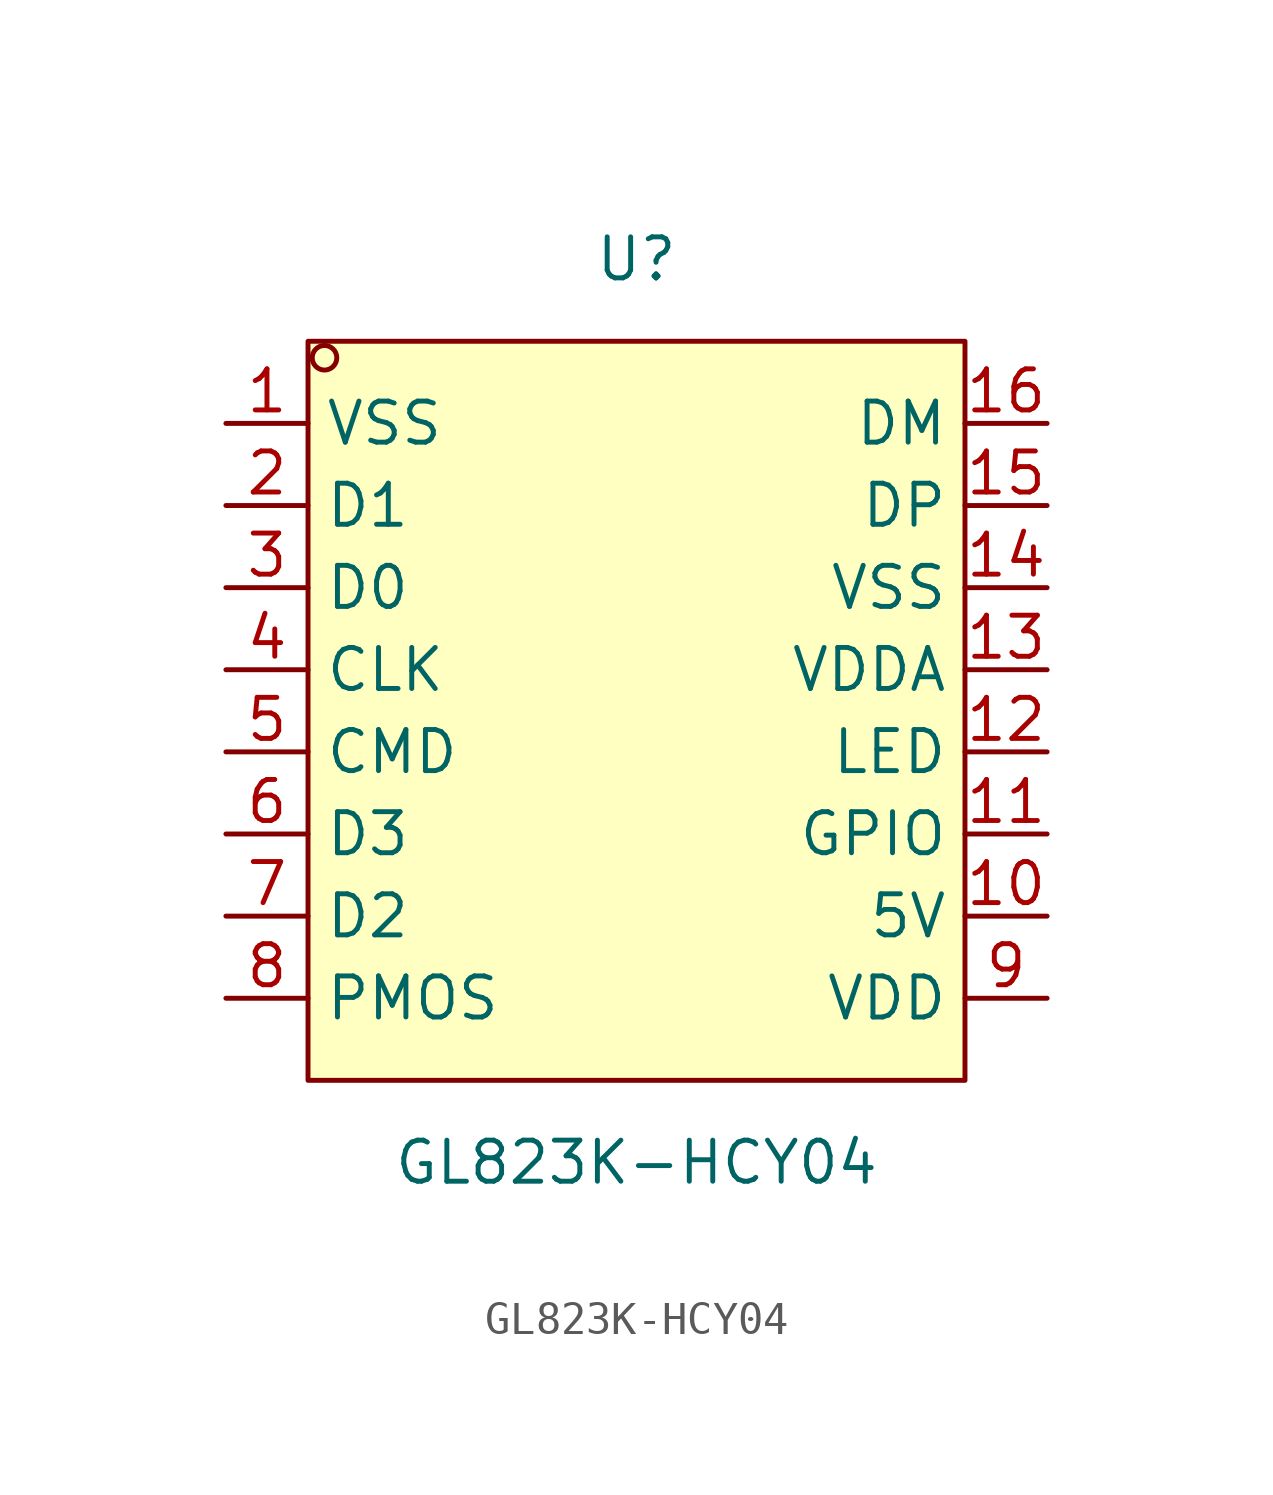
<source format=kicad_sym>
(kicad_symbol_lib
  (version 20231120)
  (generator "kicad_symbol_editor")
  (generator_version "8.0")
  (symbol "GL823K-HCY04"
    (property "Reference" "U"
      (at 0 13.97 0)
      (effects (font (size 1.27 1.27))))
    (property "Value" "GL823K-HCY04"
      (at 0 -13.97 0)
      (effects (font (size 1.27 1.27))))
    (symbol "GL823K-HCY04_0_1"
      (rectangle (start -10.16 11.43) (end 10.16 -11.43) (stroke (width 0) (type default)) (fill (type background)))
      (circle (center -9.65 10.92) (radius 0.38) (stroke (width 0) (type default)) (fill (type none)))
      (pin unspecified line (at -12.7 8.89 0) (length 2.54) (name "VSS" (effects (font (size 1.27 1.27)))) (number "1" (effects (font (size 1.27 1.27)))))
      (pin unspecified line (at 12.7 -6.35 180) (length 2.54) (name "5V" (effects (font (size 1.27 1.27)))) (number "10" (effects (font (size 1.27 1.27)))))
      (pin unspecified line (at 12.7 -3.81 180) (length 2.54) (name "GPIO" (effects (font (size 1.27 1.27)))) (number "11" (effects (font (size 1.27 1.27)))))
      (pin unspecified line (at 12.7 -1.27 180) (length 2.54) (name "LED" (effects (font (size 1.27 1.27)))) (number "12" (effects (font (size 1.27 1.27)))))
      (pin unspecified line (at 12.7 1.27 180) (length 2.54) (name "VDDA" (effects (font (size 1.27 1.27)))) (number "13" (effects (font (size 1.27 1.27)))))
      (pin unspecified line (at 12.7 3.81 180) (length 2.54) (name "VSS" (effects (font (size 1.27 1.27)))) (number "14" (effects (font (size 1.27 1.27)))))
      (pin unspecified line (at 12.7 6.35 180) (length 2.54) (name "DP" (effects (font (size 1.27 1.27)))) (number "15" (effects (font (size 1.27 1.27)))))
      (pin unspecified line (at 12.7 8.89 180) (length 2.54) (name "DM" (effects (font (size 1.27 1.27)))) (number "16" (effects (font (size 1.27 1.27)))))
      (pin unspecified line (at -12.7 6.35 0) (length 2.54) (name "D1" (effects (font (size 1.27 1.27)))) (number "2" (effects (font (size 1.27 1.27)))))
      (pin unspecified line (at -12.7 3.81 0) (length 2.54) (name "D0" (effects (font (size 1.27 1.27)))) (number "3" (effects (font (size 1.27 1.27)))))
      (pin unspecified line (at -12.7 1.27 0) (length 2.54) (name "CLK" (effects (font (size 1.27 1.27)))) (number "4" (effects (font (size 1.27 1.27)))))
      (pin unspecified line (at -12.7 -1.27 0) (length 2.54) (name "CMD" (effects (font (size 1.27 1.27)))) (number "5" (effects (font (size 1.27 1.27)))))
      (pin unspecified line (at -12.7 -3.81 0) (length 2.54) (name "D3" (effects (font (size 1.27 1.27)))) (number "6" (effects (font (size 1.27 1.27)))))
      (pin unspecified line (at -12.7 -6.35 0) (length 2.54) (name "D2" (effects (font (size 1.27 1.27)))) (number "7" (effects (font (size 1.27 1.27)))))
      (pin unspecified line (at -12.7 -8.89 0) (length 2.54) (name "PMOS" (effects (font (size 1.27 1.27)))) (number "8" (effects (font (size 1.27 1.27)))))
      (pin unspecified line (at 12.7 -8.89 180) (length 2.54) (name "VDD" (effects (font (size 1.27 1.27)))) (number "9" (effects (font (size 1.27 1.27))))))))
</source>
